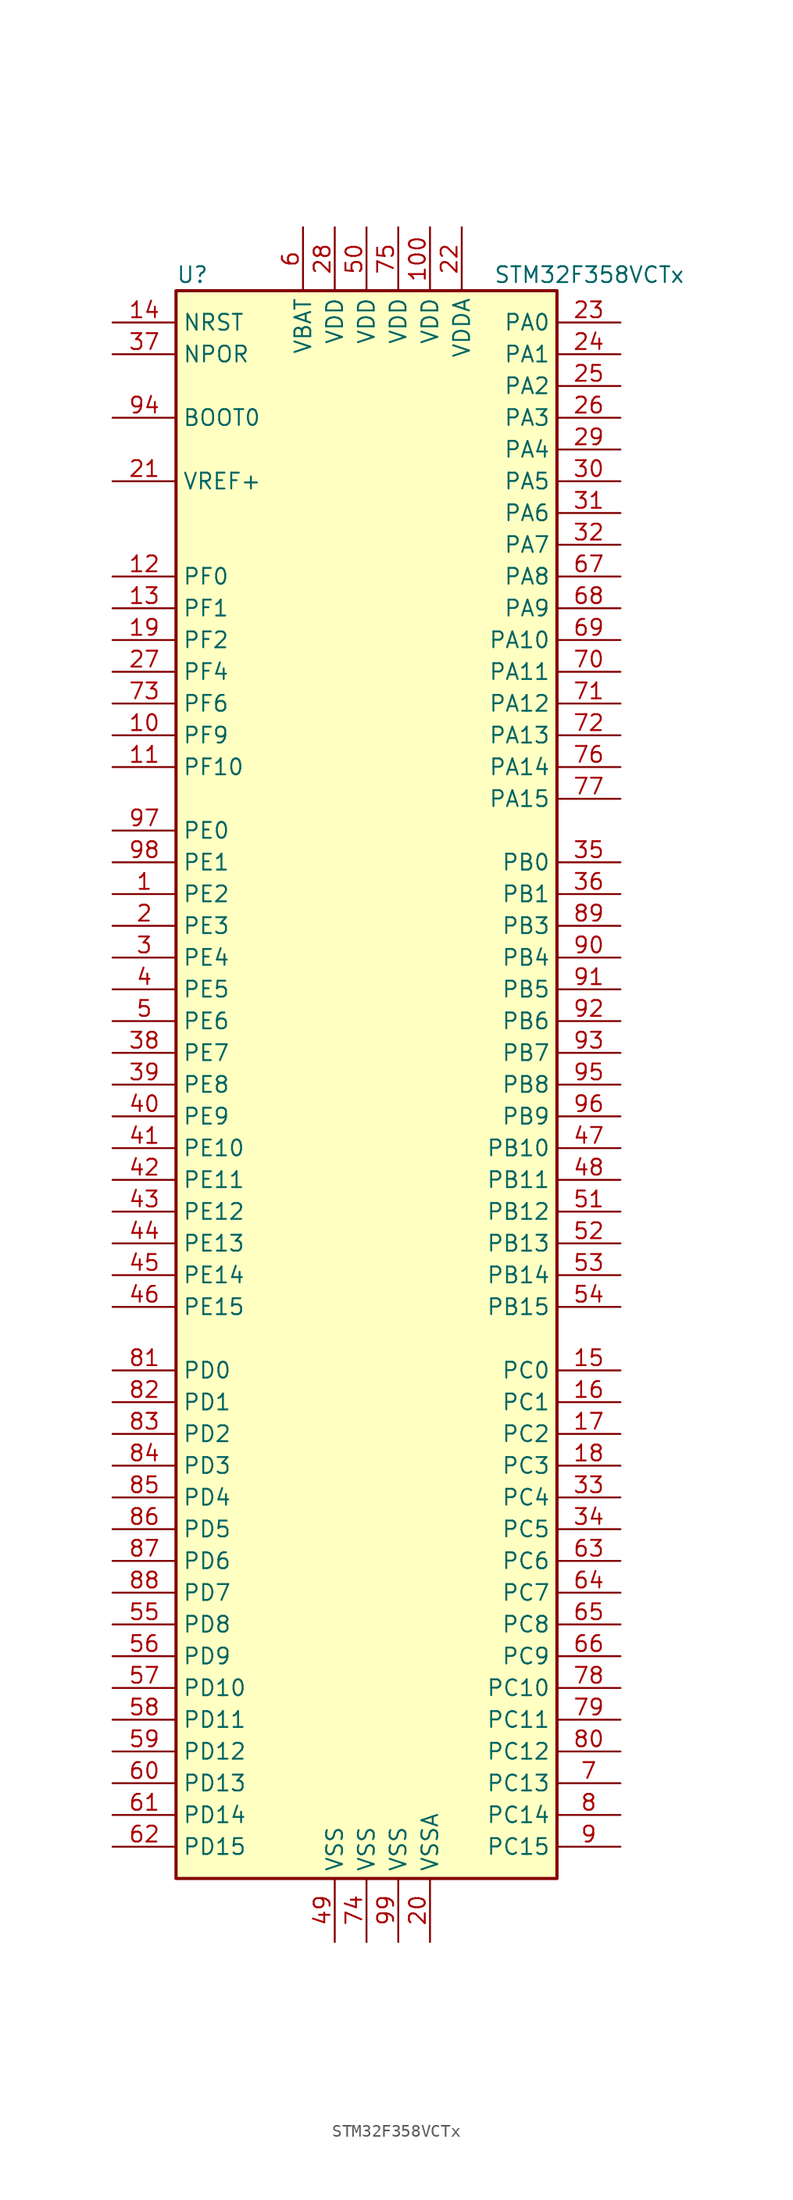
<source format=kicad_sym>
(kicad_symbol_lib
  (version 20201005)
  (generator kicad_symbol_editor)
  (symbol "STM32F358VCTx"
    (property "Reference" "U"
      (at -15.24 64.77 0)
      (effects (font (size 1.27 1.27)) (justify left)))
    (property "Value" "STM32F358VCTx"
      (at 10.16 64.77 0)
      (effects (font (size 1.27 1.27)) (justify left)))
    (symbol "STM32F358VCTx_0_1"
      (rectangle (start -15.24 -63.5) (end 15.24 63.5) (stroke (width 0.254)) (fill (type background))))
    (symbol "STM32F358VCTx_1_1"
      (pin input line (at -20.32 53.34 0) (length 5.08) (name "BOOT0" (effects (font (size 1.27 1.27)))) (number "94" (effects (font (size 1.27 1.27)))))
      (pin input line (at -20.32 58.42 0) (length 5.08) (name "NPOR" (effects (font (size 1.27 1.27)))) (number "37" (effects (font (size 1.27 1.27)))))
      (pin input line (at -20.32 60.96 0) (length 5.08) (name "NRST" (effects (font (size 1.27 1.27)))) (number "14" (effects (font (size 1.27 1.27)))))
      (pin bidirectional line (at 20.32 60.96 180) (length 5.08) (name "PA0" (effects (font (size 1.27 1.27)))) (number "23" (effects (font (size 1.27 1.27)))))
      (pin bidirectional line (at 20.32 58.42 180) (length 5.08) (name "PA1" (effects (font (size 1.27 1.27)))) (number "24" (effects (font (size 1.27 1.27)))))
      (pin bidirectional line (at 20.32 35.56 180) (length 5.08) (name "PA10" (effects (font (size 1.27 1.27)))) (number "69" (effects (font (size 1.27 1.27)))))
      (pin bidirectional line (at 20.32 33.02 180) (length 5.08) (name "PA11" (effects (font (size 1.27 1.27)))) (number "70" (effects (font (size 1.27 1.27)))))
      (pin bidirectional line (at 20.32 30.48 180) (length 5.08) (name "PA12" (effects (font (size 1.27 1.27)))) (number "71" (effects (font (size 1.27 1.27)))))
      (pin bidirectional line (at 20.32 27.94 180) (length 5.08) (name "PA13" (effects (font (size 1.27 1.27)))) (number "72" (effects (font (size 1.27 1.27)))))
      (pin bidirectional line (at 20.32 25.4 180) (length 5.08) (name "PA14" (effects (font (size 1.27 1.27)))) (number "76" (effects (font (size 1.27 1.27)))))
      (pin bidirectional line (at 20.32 22.86 180) (length 5.08) (name "PA15" (effects (font (size 1.27 1.27)))) (number "77" (effects (font (size 1.27 1.27)))))
      (pin bidirectional line (at 20.32 55.88 180) (length 5.08) (name "PA2" (effects (font (size 1.27 1.27)))) (number "25" (effects (font (size 1.27 1.27)))))
      (pin bidirectional line (at 20.32 53.34 180) (length 5.08) (name "PA3" (effects (font (size 1.27 1.27)))) (number "26" (effects (font (size 1.27 1.27)))))
      (pin bidirectional line (at 20.32 50.8 180) (length 5.08) (name "PA4" (effects (font (size 1.27 1.27)))) (number "29" (effects (font (size 1.27 1.27)))))
      (pin bidirectional line (at 20.32 48.26 180) (length 5.08) (name "PA5" (effects (font (size 1.27 1.27)))) (number "30" (effects (font (size 1.27 1.27)))))
      (pin bidirectional line (at 20.32 45.72 180) (length 5.08) (name "PA6" (effects (font (size 1.27 1.27)))) (number "31" (effects (font (size 1.27 1.27)))))
      (pin bidirectional line (at 20.32 43.18 180) (length 5.08) (name "PA7" (effects (font (size 1.27 1.27)))) (number "32" (effects (font (size 1.27 1.27)))))
      (pin bidirectional line (at 20.32 40.64 180) (length 5.08) (name "PA8" (effects (font (size 1.27 1.27)))) (number "67" (effects (font (size 1.27 1.27)))))
      (pin bidirectional line (at 20.32 38.1 180) (length 5.08) (name "PA9" (effects (font (size 1.27 1.27)))) (number "68" (effects (font (size 1.27 1.27)))))
      (pin bidirectional line (at 20.32 17.78 180) (length 5.08) (name "PB0" (effects (font (size 1.27 1.27)))) (number "35" (effects (font (size 1.27 1.27)))))
      (pin bidirectional line (at 20.32 15.24 180) (length 5.08) (name "PB1" (effects (font (size 1.27 1.27)))) (number "36" (effects (font (size 1.27 1.27)))))
      (pin bidirectional line (at 20.32 -5.08 180) (length 5.08) (name "PB10" (effects (font (size 1.27 1.27)))) (number "47" (effects (font (size 1.27 1.27)))))
      (pin bidirectional line (at 20.32 -7.62 180) (length 5.08) (name "PB11" (effects (font (size 1.27 1.27)))) (number "48" (effects (font (size 1.27 1.27)))))
      (pin bidirectional line (at 20.32 -10.16 180) (length 5.08) (name "PB12" (effects (font (size 1.27 1.27)))) (number "51" (effects (font (size 1.27 1.27)))))
      (pin bidirectional line (at 20.32 -12.7 180) (length 5.08) (name "PB13" (effects (font (size 1.27 1.27)))) (number "52" (effects (font (size 1.27 1.27)))))
      (pin bidirectional line (at 20.32 -15.24 180) (length 5.08) (name "PB14" (effects (font (size 1.27 1.27)))) (number "53" (effects (font (size 1.27 1.27)))))
      (pin bidirectional line (at 20.32 -17.78 180) (length 5.08) (name "PB15" (effects (font (size 1.27 1.27)))) (number "54" (effects (font (size 1.27 1.27)))))
      (pin bidirectional line (at 20.32 12.7 180) (length 5.08) (name "PB3" (effects (font (size 1.27 1.27)))) (number "89" (effects (font (size 1.27 1.27)))))
      (pin bidirectional line (at 20.32 10.16 180) (length 5.08) (name "PB4" (effects (font (size 1.27 1.27)))) (number "90" (effects (font (size 1.27 1.27)))))
      (pin bidirectional line (at 20.32 7.62 180) (length 5.08) (name "PB5" (effects (font (size 1.27 1.27)))) (number "91" (effects (font (size 1.27 1.27)))))
      (pin bidirectional line (at 20.32 5.08 180) (length 5.08) (name "PB6" (effects (font (size 1.27 1.27)))) (number "92" (effects (font (size 1.27 1.27)))))
      (pin bidirectional line (at 20.32 2.54 180) (length 5.08) (name "PB7" (effects (font (size 1.27 1.27)))) (number "93" (effects (font (size 1.27 1.27)))))
      (pin bidirectional line (at 20.32 0 180) (length 5.08) (name "PB8" (effects (font (size 1.27 1.27)))) (number "95" (effects (font (size 1.27 1.27)))))
      (pin bidirectional line (at 20.32 -2.54 180) (length 5.08) (name "PB9" (effects (font (size 1.27 1.27)))) (number "96" (effects (font (size 1.27 1.27)))))
      (pin bidirectional line (at 20.32 -22.86 180) (length 5.08) (name "PC0" (effects (font (size 1.27 1.27)))) (number "15" (effects (font (size 1.27 1.27)))))
      (pin bidirectional line (at 20.32 -25.4 180) (length 5.08) (name "PC1" (effects (font (size 1.27 1.27)))) (number "16" (effects (font (size 1.27 1.27)))))
      (pin bidirectional line (at 20.32 -48.26 180) (length 5.08) (name "PC10" (effects (font (size 1.27 1.27)))) (number "78" (effects (font (size 1.27 1.27)))))
      (pin bidirectional line (at 20.32 -50.8 180) (length 5.08) (name "PC11" (effects (font (size 1.27 1.27)))) (number "79" (effects (font (size 1.27 1.27)))))
      (pin bidirectional line (at 20.32 -53.34 180) (length 5.08) (name "PC12" (effects (font (size 1.27 1.27)))) (number "80" (effects (font (size 1.27 1.27)))))
      (pin bidirectional line (at 20.32 -55.88 180) (length 5.08) (name "PC13" (effects (font (size 1.27 1.27)))) (number "7" (effects (font (size 1.27 1.27)))))
      (pin bidirectional line (at 20.32 -58.42 180) (length 5.08) (name "PC14" (effects (font (size 1.27 1.27)))) (number "8" (effects (font (size 1.27 1.27)))))
      (pin bidirectional line (at 20.32 -60.96 180) (length 5.08) (name "PC15" (effects (font (size 1.27 1.27)))) (number "9" (effects (font (size 1.27 1.27)))))
      (pin bidirectional line (at 20.32 -27.94 180) (length 5.08) (name "PC2" (effects (font (size 1.27 1.27)))) (number "17" (effects (font (size 1.27 1.27)))))
      (pin bidirectional line (at 20.32 -30.48 180) (length 5.08) (name "PC3" (effects (font (size 1.27 1.27)))) (number "18" (effects (font (size 1.27 1.27)))))
      (pin bidirectional line (at 20.32 -33.02 180) (length 5.08) (name "PC4" (effects (font (size 1.27 1.27)))) (number "33" (effects (font (size 1.27 1.27)))))
      (pin bidirectional line (at 20.32 -35.56 180) (length 5.08) (name "PC5" (effects (font (size 1.27 1.27)))) (number "34" (effects (font (size 1.27 1.27)))))
      (pin bidirectional line (at 20.32 -38.1 180) (length 5.08) (name "PC6" (effects (font (size 1.27 1.27)))) (number "63" (effects (font (size 1.27 1.27)))))
      (pin bidirectional line (at 20.32 -40.64 180) (length 5.08) (name "PC7" (effects (font (size 1.27 1.27)))) (number "64" (effects (font (size 1.27 1.27)))))
      (pin bidirectional line (at 20.32 -43.18 180) (length 5.08) (name "PC8" (effects (font (size 1.27 1.27)))) (number "65" (effects (font (size 1.27 1.27)))))
      (pin bidirectional line (at 20.32 -45.72 180) (length 5.08) (name "PC9" (effects (font (size 1.27 1.27)))) (number "66" (effects (font (size 1.27 1.27)))))
      (pin bidirectional line (at -20.32 -22.86 0) (length 5.08) (name "PD0" (effects (font (size 1.27 1.27)))) (number "81" (effects (font (size 1.27 1.27)))))
      (pin bidirectional line (at -20.32 -25.4 0) (length 5.08) (name "PD1" (effects (font (size 1.27 1.27)))) (number "82" (effects (font (size 1.27 1.27)))))
      (pin bidirectional line (at -20.32 -48.26 0) (length 5.08) (name "PD10" (effects (font (size 1.27 1.27)))) (number "57" (effects (font (size 1.27 1.27)))))
      (pin bidirectional line (at -20.32 -50.8 0) (length 5.08) (name "PD11" (effects (font (size 1.27 1.27)))) (number "58" (effects (font (size 1.27 1.27)))))
      (pin bidirectional line (at -20.32 -53.34 0) (length 5.08) (name "PD12" (effects (font (size 1.27 1.27)))) (number "59" (effects (font (size 1.27 1.27)))))
      (pin bidirectional line (at -20.32 -55.88 0) (length 5.08) (name "PD13" (effects (font (size 1.27 1.27)))) (number "60" (effects (font (size 1.27 1.27)))))
      (pin bidirectional line (at -20.32 -58.42 0) (length 5.08) (name "PD14" (effects (font (size 1.27 1.27)))) (number "61" (effects (font (size 1.27 1.27)))))
      (pin bidirectional line (at -20.32 -60.96 0) (length 5.08) (name "PD15" (effects (font (size 1.27 1.27)))) (number "62" (effects (font (size 1.27 1.27)))))
      (pin bidirectional line (at -20.32 -27.94 0) (length 5.08) (name "PD2" (effects (font (size 1.27 1.27)))) (number "83" (effects (font (size 1.27 1.27)))))
      (pin bidirectional line (at -20.32 -30.48 0) (length 5.08) (name "PD3" (effects (font (size 1.27 1.27)))) (number "84" (effects (font (size 1.27 1.27)))))
      (pin bidirectional line (at -20.32 -33.02 0) (length 5.08) (name "PD4" (effects (font (size 1.27 1.27)))) (number "85" (effects (font (size 1.27 1.27)))))
      (pin bidirectional line (at -20.32 -35.56 0) (length 5.08) (name "PD5" (effects (font (size 1.27 1.27)))) (number "86" (effects (font (size 1.27 1.27)))))
      (pin bidirectional line (at -20.32 -38.1 0) (length 5.08) (name "PD6" (effects (font (size 1.27 1.27)))) (number "87" (effects (font (size 1.27 1.27)))))
      (pin bidirectional line (at -20.32 -40.64 0) (length 5.08) (name "PD7" (effects (font (size 1.27 1.27)))) (number "88" (effects (font (size 1.27 1.27)))))
      (pin bidirectional line (at -20.32 -43.18 0) (length 5.08) (name "PD8" (effects (font (size 1.27 1.27)))) (number "55" (effects (font (size 1.27 1.27)))))
      (pin bidirectional line (at -20.32 -45.72 0) (length 5.08) (name "PD9" (effects (font (size 1.27 1.27)))) (number "56" (effects (font (size 1.27 1.27)))))
      (pin bidirectional line (at -20.32 20.32 0) (length 5.08) (name "PE0" (effects (font (size 1.27 1.27)))) (number "97" (effects (font (size 1.27 1.27)))))
      (pin bidirectional line (at -20.32 17.78 0) (length 5.08) (name "PE1" (effects (font (size 1.27 1.27)))) (number "98" (effects (font (size 1.27 1.27)))))
      (pin bidirectional line (at -20.32 -5.08 0) (length 5.08) (name "PE10" (effects (font (size 1.27 1.27)))) (number "41" (effects (font (size 1.27 1.27)))))
      (pin bidirectional line (at -20.32 -7.62 0) (length 5.08) (name "PE11" (effects (font (size 1.27 1.27)))) (number "42" (effects (font (size 1.27 1.27)))))
      (pin bidirectional line (at -20.32 -10.16 0) (length 5.08) (name "PE12" (effects (font (size 1.27 1.27)))) (number "43" (effects (font (size 1.27 1.27)))))
      (pin bidirectional line (at -20.32 -12.7 0) (length 5.08) (name "PE13" (effects (font (size 1.27 1.27)))) (number "44" (effects (font (size 1.27 1.27)))))
      (pin bidirectional line (at -20.32 -15.24 0) (length 5.08) (name "PE14" (effects (font (size 1.27 1.27)))) (number "45" (effects (font (size 1.27 1.27)))))
      (pin bidirectional line (at -20.32 -17.78 0) (length 5.08) (name "PE15" (effects (font (size 1.27 1.27)))) (number "46" (effects (font (size 1.27 1.27)))))
      (pin bidirectional line (at -20.32 15.24 0) (length 5.08) (name "PE2" (effects (font (size 1.27 1.27)))) (number "1" (effects (font (size 1.27 1.27)))))
      (pin bidirectional line (at -20.32 12.7 0) (length 5.08) (name "PE3" (effects (font (size 1.27 1.27)))) (number "2" (effects (font (size 1.27 1.27)))))
      (pin bidirectional line (at -20.32 10.16 0) (length 5.08) (name "PE4" (effects (font (size 1.27 1.27)))) (number "3" (effects (font (size 1.27 1.27)))))
      (pin bidirectional line (at -20.32 7.62 0) (length 5.08) (name "PE5" (effects (font (size 1.27 1.27)))) (number "4" (effects (font (size 1.27 1.27)))))
      (pin bidirectional line (at -20.32 5.08 0) (length 5.08) (name "PE6" (effects (font (size 1.27 1.27)))) (number "5" (effects (font (size 1.27 1.27)))))
      (pin bidirectional line (at -20.32 2.54 0) (length 5.08) (name "PE7" (effects (font (size 1.27 1.27)))) (number "38" (effects (font (size 1.27 1.27)))))
      (pin bidirectional line (at -20.32 0 0) (length 5.08) (name "PE8" (effects (font (size 1.27 1.27)))) (number "39" (effects (font (size 1.27 1.27)))))
      (pin bidirectional line (at -20.32 -2.54 0) (length 5.08) (name "PE9" (effects (font (size 1.27 1.27)))) (number "40" (effects (font (size 1.27 1.27)))))
      (pin input line (at -20.32 40.64 0) (length 5.08) (name "PF0" (effects (font (size 1.27 1.27)))) (number "12" (effects (font (size 1.27 1.27)))))
      (pin input line (at -20.32 38.1 0) (length 5.08) (name "PF1" (effects (font (size 1.27 1.27)))) (number "13" (effects (font (size 1.27 1.27)))))
      (pin bidirectional line (at -20.32 25.4 0) (length 5.08) (name "PF10" (effects (font (size 1.27 1.27)))) (number "11" (effects (font (size 1.27 1.27)))))
      (pin bidirectional line (at -20.32 35.56 0) (length 5.08) (name "PF2" (effects (font (size 1.27 1.27)))) (number "19" (effects (font (size 1.27 1.27)))))
      (pin bidirectional line (at -20.32 33.02 0) (length 5.08) (name "PF4" (effects (font (size 1.27 1.27)))) (number "27" (effects (font (size 1.27 1.27)))))
      (pin bidirectional line (at -20.32 30.48 0) (length 5.08) (name "PF6" (effects (font (size 1.27 1.27)))) (number "73" (effects (font (size 1.27 1.27)))))
      (pin bidirectional line (at -20.32 27.94 0) (length 5.08) (name "PF9" (effects (font (size 1.27 1.27)))) (number "10" (effects (font (size 1.27 1.27)))))
      (pin power_in line (at -5.08 68.58 270) (length 5.08) (name "VBAT" (effects (font (size 1.27 1.27)))) (number "6" (effects (font (size 1.27 1.27)))))
      (pin power_in line (at 5.08 68.58 270) (length 5.08) (name "VDD" (effects (font (size 1.27 1.27)))) (number "100" (effects (font (size 1.27 1.27)))))
      (pin power_in line (at -2.54 68.58 270) (length 5.08) (name "VDD" (effects (font (size 1.27 1.27)))) (number "28" (effects (font (size 1.27 1.27)))))
      (pin power_in line (at 0 68.58 270) (length 5.08) (name "VDD" (effects (font (size 1.27 1.27)))) (number "50" (effects (font (size 1.27 1.27)))))
      (pin power_in line (at 2.54 68.58 270) (length 5.08) (name "VDD" (effects (font (size 1.27 1.27)))) (number "75" (effects (font (size 1.27 1.27)))))
      (pin power_in line (at 7.62 68.58 270) (length 5.08) (name "VDDA" (effects (font (size 1.27 1.27)))) (number "22" (effects (font (size 1.27 1.27)))))
      (pin power_in line (at -20.32 48.26 0) (length 5.08) (name "VREF+" (effects (font (size 1.27 1.27)))) (number "21" (effects (font (size 1.27 1.27)))))
      (pin power_in line (at -2.54 -68.58 90) (length 5.08) (name "VSS" (effects (font (size 1.27 1.27)))) (number "49" (effects (font (size 1.27 1.27)))))
      (pin power_in line (at 0 -68.58 90) (length 5.08) (name "VSS" (effects (font (size 1.27 1.27)))) (number "74" (effects (font (size 1.27 1.27)))))
      (pin power_in line (at 2.54 -68.58 90) (length 5.08) (name "VSS" (effects (font (size 1.27 1.27)))) (number "99" (effects (font (size 1.27 1.27)))))
      (pin power_in line (at 5.08 -68.58 90) (length 5.08) (name "VSSA" (effects (font (size 1.27 1.27)))) (number "20" (effects (font (size 1.27 1.27))))))))
</source>
